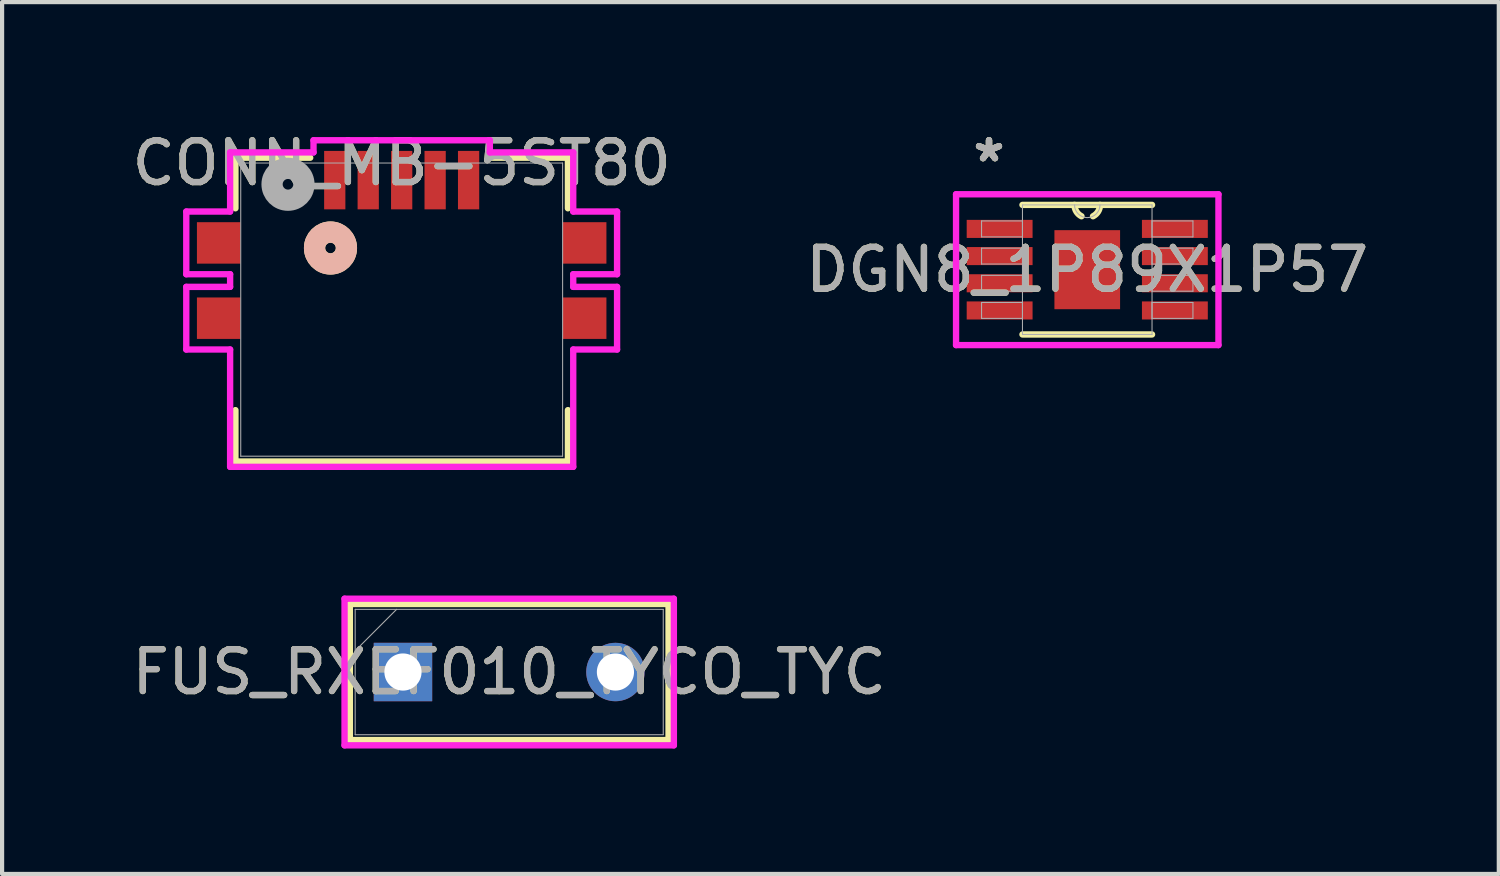
<source format=kicad_pcb>
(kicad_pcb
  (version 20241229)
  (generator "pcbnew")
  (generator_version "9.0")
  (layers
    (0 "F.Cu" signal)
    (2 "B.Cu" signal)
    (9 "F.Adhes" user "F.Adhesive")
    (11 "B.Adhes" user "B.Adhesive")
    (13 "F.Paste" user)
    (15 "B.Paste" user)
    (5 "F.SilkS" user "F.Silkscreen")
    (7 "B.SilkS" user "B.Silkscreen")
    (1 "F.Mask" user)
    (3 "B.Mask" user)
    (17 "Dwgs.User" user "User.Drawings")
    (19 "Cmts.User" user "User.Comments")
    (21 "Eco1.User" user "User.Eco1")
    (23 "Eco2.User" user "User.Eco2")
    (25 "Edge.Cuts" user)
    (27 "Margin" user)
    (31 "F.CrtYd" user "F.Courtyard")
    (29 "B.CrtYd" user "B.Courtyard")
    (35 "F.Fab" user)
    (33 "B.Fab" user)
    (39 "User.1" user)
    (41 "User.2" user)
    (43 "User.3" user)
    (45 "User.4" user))
  (footprint "CONN_MB-5ST80"
    (layer "F.Cu")
    (at 6.554 4.353)
    (property "Reference" "CONN_MB-5ST80" (at 0 -3.505 0) (unlocked yes) (layer "F.SilkS") (effects (font (size 1 1) (thickness 0.15))))
    (attr smd)
    (fp_line (start -3.975 -3.632) (end -3.975 -2.423) (stroke (width 0.152) (type solid)) (layer "F.SilkS"))
    (fp_line (start -3.975 2.403) (end -3.975 3.632) (stroke (width 0.152) (type solid)) (layer "F.SilkS"))
    (fp_line (start -3.975 3.632) (end 3.975 3.632) (stroke (width 0.152) (type solid)) (layer "F.SilkS"))
    (fp_line (start -2.187 -3.632) (end -3.975 -3.632) (stroke (width 0.152) (type solid)) (layer "F.SilkS"))
    (fp_line (start 3.975 -3.632) (end 2.187 -3.632) (stroke (width 0.152) (type solid)) (layer "F.SilkS"))
    (fp_line (start 3.975 -2.423) (end 3.975 -3.632) (stroke (width 0.152) (type solid)) (layer "F.SilkS"))
    (fp_line (start 3.975 3.632) (end 3.975 2.403) (stroke (width 0.152) (type solid)) (layer "F.SilkS"))
    (fp_circle (center -1.702 -1.473) (end -1.321 -1.473) (stroke (width 0.508) (type solid)) (fill no) (layer "F.SilkS"))
    (fp_circle (center -1.702 -1.473) (end -1.321 -1.473) (stroke (width 0.508) (type solid)) (fill no) (layer "B.SilkS"))
    (fp_line (start -5.15 -2.345) (end -5.15 -0.846) (stroke (width 0.152) (type solid)) (layer "F.CrtYd"))
    (fp_line (start -5.15 -0.846) (end -4.102 -0.846) (stroke (width 0.152) (type solid)) (layer "F.CrtYd"))
    (fp_line (start -5.15 -0.544) (end -5.15 0.954) (stroke (width 0.152) (type solid)) (layer "F.CrtYd"))
    (fp_line (start -5.15 0.954) (end -4.102 0.954) (stroke (width 0.152) (type solid)) (layer "F.CrtYd"))
    (fp_line (start -4.102 -3.759) (end -4.102 -2.345) (stroke (width 0.152) (type solid)) (layer "F.CrtYd"))
    (fp_line (start -4.102 -2.345) (end -5.15 -2.345) (stroke (width 0.152) (type solid)) (layer "F.CrtYd"))
    (fp_line (start -4.102 -0.846) (end -4.102 -0.544) (stroke (width 0.152) (type solid)) (layer "F.CrtYd"))
    (fp_line (start -4.102 -0.544) (end -5.15 -0.544) (stroke (width 0.152) (type solid)) (layer "F.CrtYd"))
    (fp_line (start -4.102 0.954) (end -4.102 3.759) (stroke (width 0.152) (type solid)) (layer "F.CrtYd"))
    (fp_line (start -4.102 3.759) (end 4.102 3.759) (stroke (width 0.152) (type solid)) (layer "F.CrtYd"))
    (fp_line (start -2.108 -4.049) (end -2.108 -3.759) (stroke (width 0.152) (type solid)) (layer "F.CrtYd"))
    (fp_line (start -2.108 -3.759) (end -4.102 -3.759) (stroke (width 0.152) (type solid)) (layer "F.CrtYd"))
    (fp_line (start 2.108 -4.049) (end -2.108 -4.049) (stroke (width 0.152) (type solid)) (layer "F.CrtYd"))
    (fp_line (start 2.108 -3.759) (end 2.108 -4.049) (stroke (width 0.152) (type solid)) (layer "F.CrtYd"))
    (fp_line (start 4.102 -3.759) (end 2.108 -3.759) (stroke (width 0.152) (type solid)) (layer "F.CrtYd"))
    (fp_line (start 4.102 -2.345) (end 4.102 -3.759) (stroke (width 0.152) (type solid)) (layer "F.CrtYd"))
    (fp_line (start 4.102 -0.846) (end 5.15 -0.846) (stroke (width 0.152) (type solid)) (layer "F.CrtYd"))
    (fp_line (start 4.102 -0.544) (end 4.102 -0.846) (stroke (width 0.152) (type solid)) (layer "F.CrtYd"))
    (fp_line (start 4.102 0.954) (end 5.15 0.954) (stroke (width 0.152) (type solid)) (layer "F.CrtYd"))
    (fp_line (start 4.102 3.759) (end 4.102 0.954) (stroke (width 0.152) (type solid)) (layer "F.CrtYd"))
    (fp_line (start 5.15 -2.345) (end 4.102 -2.345) (stroke (width 0.152) (type solid)) (layer "F.CrtYd"))
    (fp_line (start 5.15 -0.846) (end 5.15 -2.345) (stroke (width 0.152) (type solid)) (layer "F.CrtYd"))
    (fp_line (start 5.15 -0.544) (end 4.102 -0.544) (stroke (width 0.152) (type solid)) (layer "F.CrtYd"))
    (fp_line (start 5.15 0.954) (end 5.15 -0.544) (stroke (width 0.152) (type solid)) (layer "F.CrtYd"))
    (fp_line (start -3.848 -3.505) (end -3.848 3.505) (stroke (width 0.025) (type solid)) (layer "F.Fab"))
    (fp_line (start -3.848 3.505) (end 3.848 3.505) (stroke (width 0.025) (type solid)) (layer "F.Fab"))
    (fp_line (start 3.848 -3.505) (end -3.848 -3.505) (stroke (width 0.025) (type solid)) (layer "F.Fab"))
    (fp_line (start 3.848 3.505) (end 3.848 -3.505) (stroke (width 0.025) (type solid)) (layer "F.Fab"))
    (fp_circle (center -2.718 -2.997) (end -2.337 -2.997) (stroke (width 0.508) (type solid)) (fill no) (layer "F.Fab"))
    (fp_text user "${REFERENCE}" (at 0 -3.505 0) (unlocked yes) (layer "F.Fab") (effects (font (size 1 1) (thickness 0.15))))
    (pad "1" smd rect (at -1.6 -3.096) (size 0.508 1.397) (layers "F.Cu" "F.Mask" "F.Paste"))
    (pad "2" smd rect (at -0.8 -3.096) (size 0.508 1.397) (layers "F.Cu" "F.Mask" "F.Paste"))
    (pad "3" smd rect (at 0 -3.096) (size 0.508 1.397) (layers "F.Cu" "F.Mask" "F.Paste"))
    (pad "4" smd rect (at 0.8 -3.096) (size 0.508 1.397) (layers "F.Cu" "F.Mask" "F.Paste"))
    (pad "5" smd rect (at 1.6 -3.096) (size 0.508 1.397) (layers "F.Cu" "F.Mask" "F.Paste"))
    (pad "6" smd rect (at -4.375 -1.595) (size 1.041 0.991) (layers "F.Cu" "F.Mask" "F.Paste"))
    (pad "7" smd rect (at 4.375 -1.595) (size 1.041 0.991) (layers "F.Cu" "F.Mask" "F.Paste"))
    (pad "8" smd rect (at -4.375 0.205) (size 1.041 0.991) (layers "F.Cu" "F.Mask" "F.Paste"))
    (pad "9" smd rect (at 4.375 0.205) (size 1.041 0.991) (layers "F.Cu" "F.Mask" "F.Paste")))
  (footprint "DGN8_1P89X1P57"
    (layer "F.Cu")
    (at 22.946 3.398)
    (property "Reference" "DGN8_1P89X1P57" (at 0 0 0) (unlocked yes) (layer "F.SilkS") (effects (font (size 1 1) (thickness 0.15))))
    (attr smd)
    (fp_line (start -1.549 1.549) (end 1.549 1.549) (stroke (width 0.152) (type solid)) (layer "F.SilkS"))
    (fp_line (start 1.549 -1.549) (end -1.549 -1.549) (stroke (width 0.152) (type solid)) (layer "F.SilkS"))
    (fp_arc (start -0.138217 -1.27774) (mid -0.259838 -1.390066) (end -0.3048 -1.5494) (stroke (width 0.1524) (type solid)) (layer "F.SilkS"))
    (fp_arc (start 0.3048 -1.5494) (mid 0.259838 -1.390066) (end 0.138217 -1.27774) (stroke (width 0.1524) (type solid)) (layer "F.SilkS"))
    (fp_poly (pts (xy -0.785 -0.945) (xy -0.785 0.945) (xy 0.785 0.945) (xy 0.785 -0.945)) (stroke (width 0) (type solid)) (fill yes) (layer "F.Paste"))
    (fp_line (start -3.137 -1.803) (end 3.137 -1.803) (stroke (width 0.152) (type solid)) (layer "F.CrtYd"))
    (fp_line (start -3.137 1.803) (end -3.137 -1.803) (stroke (width 0.152) (type solid)) (layer "F.CrtYd"))
    (fp_line (start 3.137 -1.803) (end 3.137 1.803) (stroke (width 0.152) (type solid)) (layer "F.CrtYd"))
    (fp_line (start 3.137 1.803) (end -3.137 1.803) (stroke (width 0.152) (type solid)) (layer "F.CrtYd"))
    (fp_line (start -2.527 -1.165) (end -2.527 -0.784) (stroke (width 0.025) (type solid)) (layer "F.Fab"))
    (fp_line (start -2.527 -0.784) (end -1.549 -0.784) (stroke (width 0.025) (type solid)) (layer "F.Fab"))
    (fp_line (start -2.527 -0.515) (end -2.527 -0.135) (stroke (width 0.025) (type solid)) (layer "F.Fab"))
    (fp_line (start -2.527 -0.135) (end -1.549 -0.135) (stroke (width 0.025) (type solid)) (layer "F.Fab"))
    (fp_line (start -2.527 0.135) (end -2.527 0.515) (stroke (width 0.025) (type solid)) (layer "F.Fab"))
    (fp_line (start -2.527 0.515) (end -1.549 0.515) (stroke (width 0.025) (type solid)) (layer "F.Fab"))
    (fp_line (start -2.527 0.784) (end -2.527 1.165) (stroke (width 0.025) (type solid)) (layer "F.Fab"))
    (fp_line (start -2.527 1.165) (end -1.549 1.165) (stroke (width 0.025) (type solid)) (layer "F.Fab"))
    (fp_line (start -1.549 -1.549) (end -1.549 1.549) (stroke (width 0.025) (type solid)) (layer "F.Fab"))
    (fp_line (start -1.549 -1.165) (end -2.527 -1.165) (stroke (width 0.025) (type solid)) (layer "F.Fab"))
    (fp_line (start -1.549 -0.784) (end -1.549 -1.165) (stroke (width 0.025) (type solid)) (layer "F.Fab"))
    (fp_line (start -1.549 -0.515) (end -2.527 -0.515) (stroke (width 0.025) (type solid)) (layer "F.Fab"))
    (fp_line (start -1.549 -0.135) (end -1.549 -0.515) (stroke (width 0.025) (type solid)) (layer "F.Fab"))
    (fp_line (start -1.549 0.135) (end -2.527 0.135) (stroke (width 0.025) (type solid)) (layer "F.Fab"))
    (fp_line (start -1.549 0.515) (end -1.549 0.135) (stroke (width 0.025) (type solid)) (layer "F.Fab"))
    (fp_line (start -1.549 0.784) (end -2.527 0.784) (stroke (width 0.025) (type solid)) (layer "F.Fab"))
    (fp_line (start -1.549 1.165) (end -1.549 0.784) (stroke (width 0.025) (type solid)) (layer "F.Fab"))
    (fp_line (start -1.549 1.549) (end 1.549 1.549) (stroke (width 0.025) (type solid)) (layer "F.Fab"))
    (fp_line (start 1.549 -1.549) (end -1.549 -1.549) (stroke (width 0.025) (type solid)) (layer "F.Fab"))
    (fp_line (start 1.549 -1.165) (end 1.549 -0.784) (stroke (width 0.025) (type solid)) (layer "F.Fab"))
    (fp_line (start 1.549 -0.784) (end 2.527 -0.784) (stroke (width 0.025) (type solid)) (layer "F.Fab"))
    (fp_line (start 1.549 -0.515) (end 1.549 -0.135) (stroke (width 0.025) (type solid)) (layer "F.Fab"))
    (fp_line (start 1.549 -0.135) (end 2.527 -0.135) (stroke (width 0.025) (type solid)) (layer "F.Fab"))
    (fp_line (start 1.549 0.135) (end 1.549 0.515) (stroke (width 0.025) (type solid)) (layer "F.Fab"))
    (fp_line (start 1.549 0.515) (end 2.527 0.515) (stroke (width 0.025) (type solid)) (layer "F.Fab"))
    (fp_line (start 1.549 0.784) (end 1.549 1.165) (stroke (width 0.025) (type solid)) (layer "F.Fab"))
    (fp_line (start 1.549 1.165) (end 2.527 1.165) (stroke (width 0.025) (type solid)) (layer "F.Fab"))
    (fp_line (start 1.549 1.549) (end 1.549 -1.549) (stroke (width 0.025) (type solid)) (layer "F.Fab"))
    (fp_line (start 2.527 -1.165) (end 1.549 -1.165) (stroke (width 0.025) (type solid)) (layer "F.Fab"))
    (fp_line (start 2.527 -0.784) (end 2.527 -1.165) (stroke (width 0.025) (type solid)) (layer "F.Fab"))
    (fp_line (start 2.527 -0.515) (end 1.549 -0.515) (stroke (width 0.025) (type solid)) (layer "F.Fab"))
    (fp_line (start 2.527 -0.135) (end 2.527 -0.515) (stroke (width 0.025) (type solid)) (layer "F.Fab"))
    (fp_line (start 2.527 0.135) (end 1.549 0.135) (stroke (width 0.025) (type solid)) (layer "F.Fab"))
    (fp_line (start 2.527 0.515) (end 2.527 0.135) (stroke (width 0.025) (type solid)) (layer "F.Fab"))
    (fp_line (start 2.527 0.784) (end 1.549 0.784) (stroke (width 0.025) (type solid)) (layer "F.Fab"))
    (fp_line (start 2.527 1.165) (end 2.527 0.784) (stroke (width 0.025) (type solid)) (layer "F.Fab"))
    (fp_arc (start 0.3048 -1.5494) (mid 0 -1.2446) (end -0.3048 -1.5494) (stroke (width 0.0254) (type solid)) (layer "F.Fab"))
    (fp_text user "*" (at -2.349 -2.55 0) (unlocked yes) (layer "F.SilkS") (effects (font (size 1 1) (thickness 0.15))))
    (fp_text user "*" (at -2.349 -2.55 0) (layer "F.SilkS") (effects (font (size 1 1) (thickness 0.15))))
    (fp_text user "${REFERENCE}" (at 0 0 0) (unlocked yes) (layer "F.Fab") (effects (font (size 1 1) (thickness 0.15))))
    (fp_text user "*" (at -2.349 -2.55 0) (layer "F.Fab") (effects (font (size 1 1) (thickness 0.15))))
    (fp_text user "*" (at -2.349 -2.55 0) (unlocked yes) (layer "F.Fab") (effects (font (size 1 1) (thickness 0.15))))
    (pad "1" smd rect (at -2.095 -0.975) (size 1.575 0.432) (layers "F.Cu" "F.Mask" "F.Paste"))
    (pad "2" smd rect (at -2.095 -0.325) (size 1.575 0.432) (layers "F.Cu" "F.Mask" "F.Paste"))
    (pad "3" smd rect (at -2.095 0.325) (size 1.575 0.432) (layers "F.Cu" "F.Mask" "F.Paste"))
    (pad "4" smd rect (at -2.095 0.975) (size 1.575 0.432) (layers "F.Cu" "F.Mask" "F.Paste"))
    (pad "5" smd rect (at 2.095 0.975) (size 1.575 0.432) (layers "F.Cu" "F.Mask" "F.Paste"))
    (pad "6" smd rect (at 2.095 0.325) (size 1.575 0.432) (layers "F.Cu" "F.Mask" "F.Paste"))
    (pad "7" smd rect (at 2.095 -0.325) (size 1.575 0.432) (layers "F.Cu" "F.Mask" "F.Paste"))
    (pad "8" smd rect (at 2.095 -0.975) (size 1.575 0.432) (layers "F.Cu" "F.Mask" "F.Paste"))
    (pad "EPAD" smd rect (at 0 0) (size 1.57 1.89) (layers "F.Cu" "F.Mask" "F.Paste")))
  (footprint "FUS_RXEF010_TYCO_TYC"
    (layer "F.Cu")
    (at 6.585 13.018)
    (property "Reference" "FUS_RXEF010_TYCO_TYC" (at 2.54 0 0) (unlocked yes) (layer "F.SilkS") (effects (font (size 1 1) (thickness 0.15))))
    (attr through_hole)
    (fp_line (start -1.27 -1.626) (end -1.27 1.626) (stroke (width 0.152) (type solid)) (layer "F.SilkS"))
    (fp_line (start -1.27 1.626) (end 6.35 1.626) (stroke (width 0.152) (type solid)) (layer "F.SilkS"))
    (fp_line (start 6.35 -1.626) (end -1.27 -1.626) (stroke (width 0.152) (type solid)) (layer "F.SilkS"))
    (fp_line (start 6.35 1.626) (end 6.35 -1.626) (stroke (width 0.152) (type solid)) (layer "F.SilkS"))
    (fp_line (start -1.397 -1.753) (end 6.477 -1.753) (stroke (width 0.152) (type solid)) (layer "F.CrtYd"))
    (fp_line (start -1.397 1.753) (end -1.397 -1.753) (stroke (width 0.152) (type solid)) (layer "F.CrtYd"))
    (fp_line (start 6.477 -1.753) (end 6.477 1.753) (stroke (width 0.152) (type solid)) (layer "F.CrtYd"))
    (fp_line (start 6.477 1.753) (end -1.397 1.753) (stroke (width 0.152) (type solid)) (layer "F.CrtYd"))
    (fp_line (start -1.143 -1.499) (end -1.143 1.499) (stroke (width 0.025) (type solid)) (layer "F.Fab"))
    (fp_line (start -1.143 -0.508) (end -0.152 -1.499) (stroke (width 0.025) (type solid)) (layer "F.Fab"))
    (fp_line (start -1.143 1.499) (end 6.223 1.499) (stroke (width 0.025) (type solid)) (layer "F.Fab"))
    (fp_line (start 6.223 -1.499) (end -1.143 -1.499) (stroke (width 0.025) (type solid)) (layer "F.Fab"))
    (fp_line (start 6.223 1.499) (end 6.223 -1.499) (stroke (width 0.025) (type solid)) (layer "F.Fab"))
    (fp_text user "${REFERENCE}" (at 2.54 0 0) (unlocked yes) (layer "F.Fab") (effects (font (size 1 1) (thickness 0.15))))
    (pad "1" thru_hole rect (at 0 0) (size 1.397 1.397) (drill 0.889) (layers "*.Cu" "*.Mask"))
    (pad "2" thru_hole circle (at 5.08 0) (size 1.397 1.397) (drill 0.889) (layers "*.Cu" "*.Mask")))
  (gr_rect
    (start -3 -3)
    (end 32.786 17.846)
    (stroke (width 0.1) (type default))
    (fill no)
    (layer "Edge.Cuts")))
</source>
